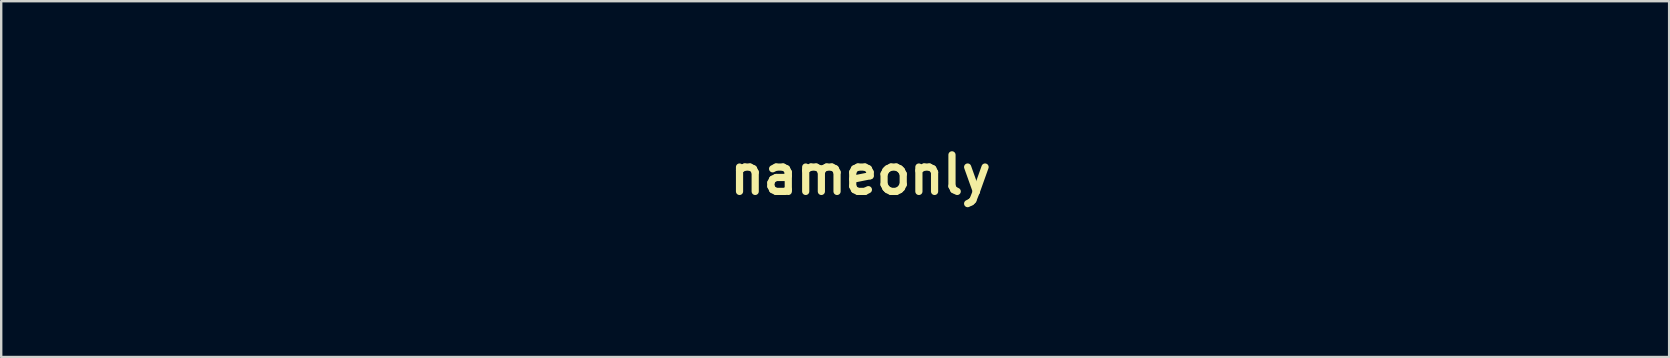
<source format=kicad_pcb>
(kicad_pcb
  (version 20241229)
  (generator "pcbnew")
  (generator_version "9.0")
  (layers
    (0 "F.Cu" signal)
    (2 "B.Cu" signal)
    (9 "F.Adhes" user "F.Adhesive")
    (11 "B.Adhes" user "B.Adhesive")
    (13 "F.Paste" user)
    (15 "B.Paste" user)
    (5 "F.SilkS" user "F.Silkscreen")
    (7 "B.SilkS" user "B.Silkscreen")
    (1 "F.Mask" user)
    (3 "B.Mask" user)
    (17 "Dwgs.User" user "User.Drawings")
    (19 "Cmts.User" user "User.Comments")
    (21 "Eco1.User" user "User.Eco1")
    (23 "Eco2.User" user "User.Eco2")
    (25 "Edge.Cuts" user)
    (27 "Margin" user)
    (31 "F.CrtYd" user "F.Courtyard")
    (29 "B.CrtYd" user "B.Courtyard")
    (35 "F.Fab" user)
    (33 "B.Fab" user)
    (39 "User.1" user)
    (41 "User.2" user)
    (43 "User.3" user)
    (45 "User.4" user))
  (footprint "nameonly"
    (layer "F.Cu")
    (at 32.813 4.238)
    (property "Reference" "nameonly" (at 0 0 0) (layer "F.SilkS") (effects (font (size 1.524 1.524) (thickness 0.3))))
    (attr through_hole)
    (fp_poly (pts (xy 23.632 -3.657) (xy 23.922 -3.256) (xy 23.901 -3.087) (xy 23.464 -2.633) (xy 22.821 -2.554) (xy 22.394 -2.833) (xy 22.379 -3.405) (xy 22.514 -3.605) (xy 23.059 -3.812) (xy 23.632 -3.657)) (stroke (width 0.01) (type solid)) (fill yes) (layer "F.Mask"))
    (fp_poly (pts (xy 23.626 -1.355) (xy 23.836 -1.096) (xy 23.944 -0.495) (xy 23.984 0.585) (xy 23.989 1.587) (xy 23.976 3.046) (xy 23.915 3.936) (xy 23.773 4.397) (xy 23.519 4.567) (xy 23.283 4.586) (xy 22.94 4.53) (xy 22.731 4.271) (xy 22.622 3.67) (xy 22.582 2.59) (xy 22.578 1.587) (xy 22.591 0.129) (xy 22.652 -0.761) (xy 22.793 -1.222) (xy 23.048 -1.392) (xy 23.283 -1.411) (xy 23.626 -1.355)) (stroke (width 0.01) (type solid)) (fill yes) (layer "F.Mask"))
    (fp_poly (pts (xy -4.003 -1.179) (xy -3.881 -0.857) (xy -3.825 -0.489) (xy -3.543 -0.646) (xy -3.326 -0.857) (xy -2.595 -1.342) (xy -2.017 -1.307) (xy -1.765 -0.767) (xy -1.764 -0.717) (xy -1.921 -0.216) (xy -2.344 -0.245) (xy -3.014 -0.194) (xy -3.52 0.467) (xy -3.819 1.655) (xy -3.881 2.713) (xy -3.913 3.811) (xy -4.055 4.373) (xy -4.368 4.571) (xy -4.586 4.586) (xy -4.929 4.53) (xy -5.139 4.271) (xy -5.247 3.67) (xy -5.287 2.59) (xy -5.292 1.587) (xy -5.279 0.129) (xy -5.218 -0.761) (xy -5.076 -1.222) (xy -4.822 -1.392) (xy -4.586 -1.411) (xy -4.003 -1.179)) (stroke (width 0.01) (type solid)) (fill yes) (layer "F.Mask"))
    (fp_poly (pts (xy -29.463 -3.84) (xy -28.803 -3.696) (xy -28.579 -3.415) (xy -28.575 -3.351) (xy -28.808 -2.983) (xy -29.58 -2.832) (xy -29.986 -2.822) (xy -30.89 -2.785) (xy -31.291 -2.554) (xy -31.394 -1.952) (xy -31.397 -1.587) (xy -31.355 -0.797) (xy -31.091 -0.446) (xy -30.402 -0.356) (xy -29.986 -0.353) (xy -29.005 -0.265) (xy -28.601 0.024) (xy -28.575 0.176) (xy -28.808 0.544) (xy -29.58 0.696) (xy -29.986 0.706) (xy -30.889 0.74) (xy -31.291 0.977) (xy -31.394 1.622) (xy -31.397 2.117) (xy -31.397 3.528) (xy -29.81 3.528) (xy -28.763 3.597) (xy -28.287 3.833) (xy -28.222 4.057) (xy -28.375 4.354) (xy -28.922 4.519) (xy -29.995 4.582) (xy -30.515 4.586) (xy -32.808 4.586) (xy -32.808 -3.881) (xy -30.692 -3.881) (xy -29.463 -3.84)) (stroke (width 0.01) (type solid)) (fill yes) (layer "F.Mask"))
    (fp_poly (pts (xy 13.463 -3.665) (xy 13.917 -3.344) (xy 14.045 -2.933) (xy 14.062 -2.43) (xy 13.788 -2.336) (xy 13.065 -2.573) (xy 11.972 -2.769) (xy 11.164 -2.541) (xy 10.735 -2.028) (xy 10.774 -1.369) (xy 11.375 -0.704) (xy 11.708 -0.508) (xy 13.265 0.466) (xy 14.176 1.469) (xy 14.425 2.463) (xy 13.996 3.415) (xy 13.534 3.855) (xy 12.256 4.435) (xy 10.649 4.504) (xy 9.79 4.343) (xy 9.278 3.904) (xy 9.172 3.489) (xy 9.274 3.014) (xy 9.702 3.085) (xy 9.855 3.163) (xy 10.945 3.494) (xy 12.004 3.418) (xy 12.696 3.003) (xy 12.962 2.234) (xy 12.636 1.515) (xy 12.091 1.175) (xy 10.976 0.607) (xy 9.995 -0.188) (xy 9.338 -1.031) (xy 9.172 -1.58) (xy 9.493 -2.555) (xy 10.34 -3.32) (xy 11.541 -3.759) (xy 12.504 -3.809) (xy 13.463 -3.665)) (stroke (width 0.01) (type solid)) (fill yes) (layer "F.Mask"))
    (fp_poly (pts (xy 29.321 -1.362) (xy 30.022 -0.71) (xy 30.496 0.485) (xy 30.69 2.169) (xy 30.692 2.372) (xy 30.668 3.587) (xy 30.564 4.255) (xy 30.328 4.535) (xy 29.986 4.586) (xy 29.576 4.501) (xy 29.364 4.132) (xy 29.287 3.312) (xy 29.281 2.675) (xy 29.223 1.136) (xy 29.025 0.191) (xy 28.652 -0.267) (xy 28.255 -0.353) (xy 27.494 -0.135) (xy 27.032 0.571) (xy 26.829 1.842) (xy 26.811 2.54) (xy 26.784 3.698) (xy 26.663 4.315) (xy 26.394 4.555) (xy 26.106 4.586) (xy 25.762 4.53) (xy 25.553 4.271) (xy 25.444 3.67) (xy 25.405 2.59) (xy 25.4 1.587) (xy 25.413 0.129) (xy 25.474 -0.761) (xy 25.616 -1.222) (xy 25.87 -1.392) (xy 26.106 -1.411) (xy 26.696 -1.169) (xy 26.811 -0.827) (xy 26.862 -0.44) (xy 27.133 -0.546) (xy 27.456 -0.827) (xy 28.448 -1.419) (xy 29.321 -1.362)) (stroke (width 0.01) (type solid)) (fill yes) (layer "F.Mask"))
    (fp_poly (pts (xy -7.702 -1.155) (xy -7.068 -0.369) (xy -6.756 0.997) (xy -6.703 2.233) (xy -6.724 3.493) (xy -6.817 4.203) (xy -7.03 4.516) (xy -7.407 4.586) (xy -7.408 4.586) (xy -7.982 4.433) (xy -8.114 4.221) (xy -8.33 4.036) (xy -8.796 4.221) (xy -9.906 4.565) (xy -10.823 4.261) (xy -11.087 4.032) (xy -11.623 3.129) (xy -11.566 2.632) (xy -10.187 2.632) (xy -10.096 3.016) (xy -9.625 3.477) (xy -8.931 3.393) (xy -8.537 3.104) (xy -8.158 2.397) (xy -8.114 2.095) (xy -8.301 1.68) (xy -8.959 1.671) (xy -9.001 1.679) (xy -9.917 2.031) (xy -10.187 2.632) (xy -11.566 2.632) (xy -11.521 2.244) (xy -10.843 1.488) (xy -9.649 0.971) (xy -9.343 0.904) (xy -8.462 0.609) (xy -8.23 0.258) (xy -8.613 -0.03) (xy -9.575 -0.138) (xy -9.65 -0.136) (xy -10.552 -0.244) (xy -10.94 -0.55) (xy -10.751 -0.926) (xy -10.142 -1.189) (xy -8.71 -1.411) (xy -7.702 -1.155)) (stroke (width 0.01) (type solid)) (fill yes) (layer "F.Mask"))
    (fp_poly (pts (xy 16.631 -4.151) (xy 16.844 -3.796) (xy 16.924 -3) (xy 16.933 -2.238) (xy 16.948 -1.127) (xy 17.026 -0.602) (xy 17.224 -0.547) (xy 17.578 -0.827) (xy 18.57 -1.419) (xy 19.443 -1.362) (xy 20.144 -0.71) (xy 20.618 0.485) (xy 20.812 2.169) (xy 20.814 2.372) (xy 20.79 3.587) (xy 20.686 4.255) (xy 20.451 4.535) (xy 20.108 4.586) (xy 19.698 4.501) (xy 19.486 4.132) (xy 19.409 3.312) (xy 19.403 2.675) (xy 19.345 1.136) (xy 19.147 0.191) (xy 18.774 -0.267) (xy 18.377 -0.353) (xy 17.617 -0.135) (xy 17.154 0.571) (xy 16.951 1.842) (xy 16.933 2.54) (xy 16.906 3.698) (xy 16.786 4.315) (xy 16.516 4.555) (xy 16.228 4.586) (xy 15.935 4.546) (xy 15.737 4.349) (xy 15.615 3.881) (xy 15.55 3.027) (xy 15.526 1.672) (xy 15.522 0.176) (xy 15.529 -1.654) (xy 15.56 -2.893) (xy 15.635 -3.656) (xy 15.772 -4.057) (xy 15.989 -4.211) (xy 16.228 -4.233) (xy 16.631 -4.151)) (stroke (width 0.01) (type solid)) (fill yes) (layer "F.Mask"))
    (fp_poly (pts (xy 4.173 -4.193) (xy 4.372 -3.996) (xy 4.494 -3.528) (xy 4.558 -2.674) (xy 4.583 -1.319) (xy 4.586 0.176) (xy 4.58 2.006) (xy 4.548 3.246) (xy 4.473 4.008) (xy 4.337 4.41) (xy 4.12 4.564) (xy 3.881 4.586) (xy 3.29 4.344) (xy 3.175 4.002) (xy 3.125 3.615) (xy 2.853 3.721) (xy 2.53 4.002) (xy 1.5 4.53) (xy 0.395 4.384) (xy -0.545 3.72) (xy -1.248 2.629) (xy -1.361 1.847) (xy 0 1.847) (xy 0.275 2.88) (xy 1.037 3.449) (xy 1.587 3.528) (xy 2.397 3.337) (xy 2.752 3.104) (xy 3.055 2.467) (xy 3.175 1.587) (xy 2.948 0.412) (xy 2.265 -0.226) (xy 1.529 -0.353) (xy 0.704 -0.036) (xy 0.161 0.814) (xy 0 1.847) (xy -1.361 1.847) (xy -1.419 1.445) (xy -1.139 0.314) (xy -0.488 -0.618) (xy 0.454 -1.205) (xy 1.606 -1.301) (xy 2.142 -1.157) (xy 3.175 -0.767) (xy 3.175 -2.5) (xy 3.214 -3.547) (xy 3.376 -4.064) (xy 3.735 -4.227) (xy 3.881 -4.233) (xy 4.173 -4.193)) (stroke (width 0.01) (type solid)) (fill yes) (layer "F.Mask"))
    (fp_poly (pts (xy -21.932 -4.193) (xy -21.734 -3.996) (xy -21.612 -3.528) (xy -21.548 -2.674) (xy -21.523 -1.319) (xy -21.519 0.176) (xy -21.526 2.006) (xy -21.557 3.246) (xy -21.632 4.008) (xy -21.769 4.41) (xy -21.986 4.564) (xy -22.225 4.586) (xy -22.815 4.344) (xy -22.931 4.002) (xy -22.981 3.615) (xy -23.253 3.721) (xy -23.576 4.002) (xy -24.606 4.53) (xy -25.711 4.384) (xy -26.651 3.72) (xy -27.354 2.629) (xy -27.515 1.512) (xy -26.11 1.512) (xy -25.975 2.549) (xy -25.399 3.275) (xy -24.518 3.528) (xy -23.708 3.337) (xy -23.354 3.104) (xy -23.023 2.378) (xy -22.95 1.362) (xy -23.134 0.426) (xy -23.354 0.071) (xy -24.148 -0.316) (xy -25.044 -0.236) (xy -25.71 0.277) (xy -25.74 0.33) (xy -26.11 1.512) (xy -27.515 1.512) (xy -27.525 1.445) (xy -27.245 0.314) (xy -26.593 -0.618) (xy -25.651 -1.205) (xy -24.499 -1.301) (xy -23.964 -1.157) (xy -22.931 -0.767) (xy -22.931 -2.5) (xy -22.892 -3.547) (xy -22.729 -4.064) (xy -22.371 -4.227) (xy -22.225 -4.233) (xy -21.932 -4.193)) (stroke (width 0.01) (type solid)) (fill yes) (layer "F.Mask"))
    (fp_poly (pts (xy -12.193 -1.221) (xy -12.163 -0.97) (xy -12.327 -0.433) (xy -12.626 0.577) (xy -12.998 1.854) (xy -13.048 2.028) (xy -13.485 3.4) (xy -13.856 4.199) (xy -14.227 4.545) (xy -14.448 4.586) (xy -14.881 4.41) (xy -15.271 3.799) (xy -15.693 2.634) (xy -15.77 2.381) (xy -16.432 0.176) (xy -17.053 2.381) (xy -17.457 3.638) (xy -17.824 4.327) (xy -18.231 4.577) (xy -18.348 4.586) (xy -18.749 4.441) (xy -19.108 3.922) (xy -19.494 2.906) (xy -19.76 2.028) (xy -20.137 0.732) (xy -20.449 -0.324) (xy -20.634 -0.934) (xy -20.646 -0.97) (xy -20.486 -1.331) (xy -20.111 -1.411) (xy -19.597 -1.201) (xy -19.213 -0.484) (xy -19.045 0.088) (xy -18.651 1.526) (xy -18.328 2.519) (xy -18.107 2.986) (xy -18.02 2.877) (xy -17.91 2.29) (xy -17.659 1.288) (xy -17.437 0.495) (xy -17.017 -0.697) (xy -16.597 -1.292) (xy -16.251 -1.411) (xy -15.846 -1.241) (xy -15.522 -0.646) (xy -15.213 0.506) (xy -15.169 0.706) (xy -14.896 1.814) (xy -14.634 2.58) (xy -14.464 2.822) (xy -14.263 2.507) (xy -13.996 1.685) (xy -13.758 0.706) (xy -13.449 -0.521) (xy -13.136 -1.18) (xy -12.749 -1.406) (xy -12.663 -1.411) (xy -12.193 -1.221)) (stroke (width 0.01) (type solid)) (fill yes) (layer "F.Mask")))
  (gr_rect
    (start -3 -3)
    (end 66.51 11.829)
    (stroke (width 0.1) (type default))
    (fill no)
    (layer "Edge.Cuts")))
</source>
